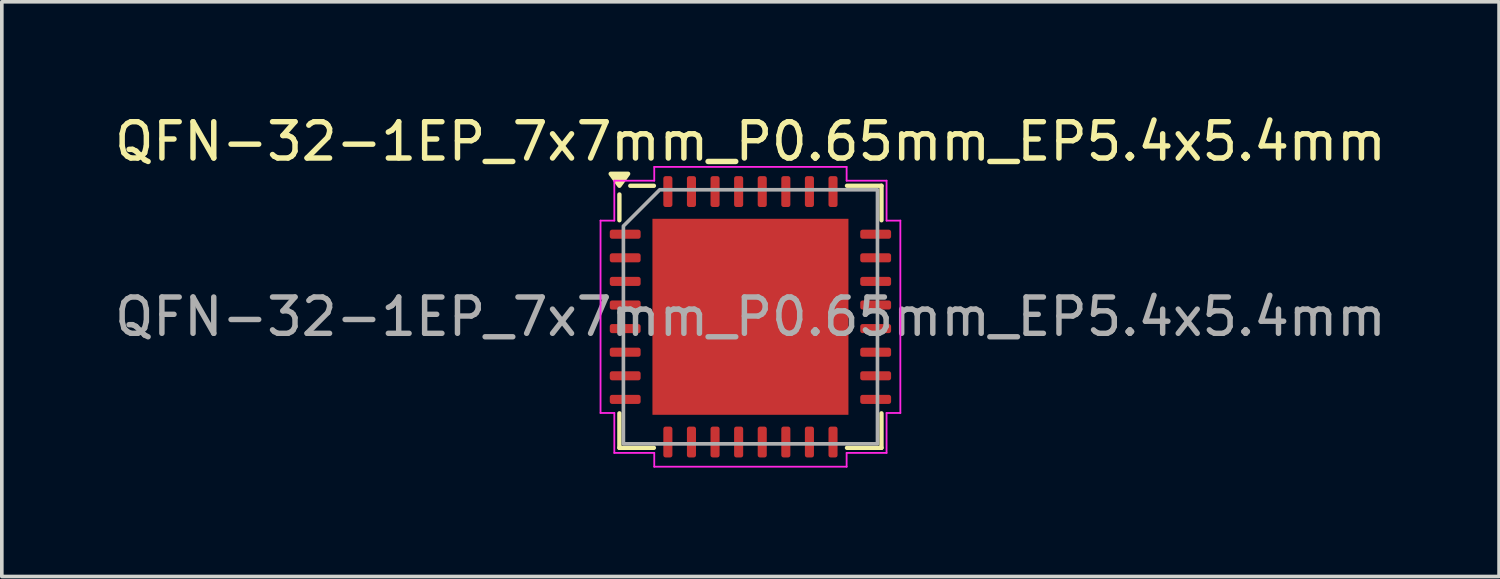
<source format=kicad_pcb>
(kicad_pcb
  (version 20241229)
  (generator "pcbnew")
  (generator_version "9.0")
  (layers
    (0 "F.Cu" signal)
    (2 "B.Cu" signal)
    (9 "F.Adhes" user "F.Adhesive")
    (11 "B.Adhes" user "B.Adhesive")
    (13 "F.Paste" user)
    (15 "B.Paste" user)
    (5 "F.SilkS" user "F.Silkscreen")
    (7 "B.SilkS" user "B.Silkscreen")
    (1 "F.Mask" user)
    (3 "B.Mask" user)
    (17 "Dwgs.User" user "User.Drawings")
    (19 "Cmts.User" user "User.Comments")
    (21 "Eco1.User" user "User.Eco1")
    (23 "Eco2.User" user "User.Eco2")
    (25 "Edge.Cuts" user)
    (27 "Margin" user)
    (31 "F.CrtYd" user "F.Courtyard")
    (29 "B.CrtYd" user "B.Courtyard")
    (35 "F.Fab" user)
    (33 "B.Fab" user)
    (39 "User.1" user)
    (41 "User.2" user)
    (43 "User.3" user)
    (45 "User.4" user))
  (footprint "QFN-32-1EP_7x7mm_P0.65mm_EP5.4x5.4mm"
    (layer "F.Cu")
    (at 17.625 5.678)
    (property "Reference" "QFN-32-1EP_7x7mm_P0.65mm_EP5.4x5.4mm" (at 0 -4.83 0) (layer "F.SilkS") (effects (font (size 1 1) (thickness 0.15))))
    (attr smd)
    (fp_line (start -3.61 -2.66) (end -3.61 -3.37) (stroke (width 0.12) (type solid)) (layer "F.SilkS"))
    (fp_line (start -3.61 3.61) (end -3.61 2.66) (stroke (width 0.12) (type solid)) (layer "F.SilkS"))
    (fp_line (start -2.66 -3.61) (end -3.31 -3.61) (stroke (width 0.12) (type solid)) (layer "F.SilkS"))
    (fp_line (start -2.66 3.61) (end -3.61 3.61) (stroke (width 0.12) (type solid)) (layer "F.SilkS"))
    (fp_line (start 2.66 -3.61) (end 3.61 -3.61) (stroke (width 0.12) (type solid)) (layer "F.SilkS"))
    (fp_line (start 2.66 3.61) (end 3.61 3.61) (stroke (width 0.12) (type solid)) (layer "F.SilkS"))
    (fp_line (start 3.61 -3.61) (end 3.61 -2.66) (stroke (width 0.12) (type solid)) (layer "F.SilkS"))
    (fp_line (start 3.61 3.61) (end 3.61 2.66) (stroke (width 0.12) (type solid)) (layer "F.SilkS"))
    (fp_poly (pts (xy -3.61 -3.61) (xy -3.85 -3.94) (xy -3.37 -3.94)) (stroke (width 0.12) (type solid)) (fill yes) (layer "F.SilkS"))
    (fp_line (start -4.13 -2.65) (end -3.75 -2.65) (stroke (width 0.05) (type solid)) (layer "F.CrtYd"))
    (fp_line (start -4.13 2.65) (end -4.13 -2.65) (stroke (width 0.05) (type solid)) (layer "F.CrtYd"))
    (fp_line (start -3.75 -3.75) (end -2.65 -3.75) (stroke (width 0.05) (type solid)) (layer "F.CrtYd"))
    (fp_line (start -3.75 -2.65) (end -3.75 -3.75) (stroke (width 0.05) (type solid)) (layer "F.CrtYd"))
    (fp_line (start -3.75 2.65) (end -4.13 2.65) (stroke (width 0.05) (type solid)) (layer "F.CrtYd"))
    (fp_line (start -3.75 3.75) (end -3.75 2.65) (stroke (width 0.05) (type solid)) (layer "F.CrtYd"))
    (fp_line (start -2.65 -4.13) (end 2.65 -4.13) (stroke (width 0.05) (type solid)) (layer "F.CrtYd"))
    (fp_line (start -2.65 -3.75) (end -2.65 -4.13) (stroke (width 0.05) (type solid)) (layer "F.CrtYd"))
    (fp_line (start -2.65 3.75) (end -3.75 3.75) (stroke (width 0.05) (type solid)) (layer "F.CrtYd"))
    (fp_line (start -2.65 4.13) (end -2.65 3.75) (stroke (width 0.05) (type solid)) (layer "F.CrtYd"))
    (fp_line (start 2.65 -4.13) (end 2.65 -3.75) (stroke (width 0.05) (type solid)) (layer "F.CrtYd"))
    (fp_line (start 2.65 -3.75) (end 3.75 -3.75) (stroke (width 0.05) (type solid)) (layer "F.CrtYd"))
    (fp_line (start 2.65 3.75) (end 2.65 4.13) (stroke (width 0.05) (type solid)) (layer "F.CrtYd"))
    (fp_line (start 2.65 4.13) (end -2.65 4.13) (stroke (width 0.05) (type solid)) (layer "F.CrtYd"))
    (fp_line (start 3.75 -3.75) (end 3.75 -2.65) (stroke (width 0.05) (type solid)) (layer "F.CrtYd"))
    (fp_line (start 3.75 -2.65) (end 4.13 -2.65) (stroke (width 0.05) (type solid)) (layer "F.CrtYd"))
    (fp_line (start 3.75 2.65) (end 3.75 3.75) (stroke (width 0.05) (type solid)) (layer "F.CrtYd"))
    (fp_line (start 3.75 3.75) (end 2.65 3.75) (stroke (width 0.05) (type solid)) (layer "F.CrtYd"))
    (fp_line (start 4.13 -2.65) (end 4.13 2.65) (stroke (width 0.05) (type solid)) (layer "F.CrtYd"))
    (fp_line (start 4.13 2.65) (end 3.75 2.65) (stroke (width 0.05) (type solid)) (layer "F.CrtYd"))
    (fp_poly (pts (xy -3.5 -2.5) (xy -3.5 3.5) (xy 3.5 3.5) (xy 3.5 -3.5) (xy -2.5 -3.5)) (stroke (width 0.1) (type solid)) (fill no) (layer "F.Fab"))
    (fp_text user "${REFERENCE}" (at 0 0 0) (layer "F.Fab") (effects (font (size 1 1) (thickness 0.15))))
    (pad "" smd roundrect (at -2.025 -2.025) (size 1.09 1.09) (layers "F.Paste") (roundrect_rratio 0.229))
    (pad "" smd roundrect (at -2.025 -0.675) (size 1.09 1.09) (layers "F.Paste") (roundrect_rratio 0.229))
    (pad "" smd roundrect (at -2.025 0.675) (size 1.09 1.09) (layers "F.Paste") (roundrect_rratio 0.229))
    (pad "" smd roundrect (at -2.025 2.025) (size 1.09 1.09) (layers "F.Paste") (roundrect_rratio 0.229))
    (pad "" smd roundrect (at -0.675 -2.025) (size 1.09 1.09) (layers "F.Paste") (roundrect_rratio 0.229))
    (pad "" smd roundrect (at -0.675 -0.675) (size 1.09 1.09) (layers "F.Paste") (roundrect_rratio 0.229))
    (pad "" smd roundrect (at -0.675 0.675) (size 1.09 1.09) (layers "F.Paste") (roundrect_rratio 0.229))
    (pad "" smd roundrect (at -0.675 2.025) (size 1.09 1.09) (layers "F.Paste") (roundrect_rratio 0.229))
    (pad "" smd roundrect (at 0.675 -2.025) (size 1.09 1.09) (layers "F.Paste") (roundrect_rratio 0.229))
    (pad "" smd roundrect (at 0.675 -0.675) (size 1.09 1.09) (layers "F.Paste") (roundrect_rratio 0.229))
    (pad "" smd roundrect (at 0.675 0.675) (size 1.09 1.09) (layers "F.Paste") (roundrect_rratio 0.229))
    (pad "" smd roundrect (at 0.675 2.025) (size 1.09 1.09) (layers "F.Paste") (roundrect_rratio 0.229))
    (pad "" smd roundrect (at 2.025 -2.025) (size 1.09 1.09) (layers "F.Paste") (roundrect_rratio 0.229))
    (pad "" smd roundrect (at 2.025 -0.675) (size 1.09 1.09) (layers "F.Paste") (roundrect_rratio 0.229))
    (pad "" smd roundrect (at 2.025 0.675) (size 1.09 1.09) (layers "F.Paste") (roundrect_rratio 0.229))
    (pad "" smd roundrect (at 2.025 2.025) (size 1.09 1.09) (layers "F.Paste") (roundrect_rratio 0.229))
    (pad "1" smd roundrect (at -3.45 -2.275) (size 0.85 0.25) (layers "F.Cu" "F.Mask" "F.Paste") (roundrect_rratio 0.25))
    (pad "2" smd roundrect (at -3.45 -1.625) (size 0.85 0.25) (layers "F.Cu" "F.Mask" "F.Paste") (roundrect_rratio 0.25))
    (pad "3" smd roundrect (at -3.45 -0.975) (size 0.85 0.25) (layers "F.Cu" "F.Mask" "F.Paste") (roundrect_rratio 0.25))
    (pad "4" smd roundrect (at -3.45 -0.325) (size 0.85 0.25) (layers "F.Cu" "F.Mask" "F.Paste") (roundrect_rratio 0.25))
    (pad "5" smd roundrect (at -3.45 0.325) (size 0.85 0.25) (layers "F.Cu" "F.Mask" "F.Paste") (roundrect_rratio 0.25))
    (pad "6" smd roundrect (at -3.45 0.975) (size 0.85 0.25) (layers "F.Cu" "F.Mask" "F.Paste") (roundrect_rratio 0.25))
    (pad "7" smd roundrect (at -3.45 1.625) (size 0.85 0.25) (layers "F.Cu" "F.Mask" "F.Paste") (roundrect_rratio 0.25))
    (pad "8" smd roundrect (at -3.45 2.275) (size 0.85 0.25) (layers "F.Cu" "F.Mask" "F.Paste") (roundrect_rratio 0.25))
    (pad "9" smd roundrect (at -2.275 3.45) (size 0.25 0.85) (layers "F.Cu" "F.Mask" "F.Paste") (roundrect_rratio 0.25))
    (pad "10" smd roundrect (at -1.625 3.45) (size 0.25 0.85) (layers "F.Cu" "F.Mask" "F.Paste") (roundrect_rratio 0.25))
    (pad "11" smd roundrect (at -0.975 3.45) (size 0.25 0.85) (layers "F.Cu" "F.Mask" "F.Paste") (roundrect_rratio 0.25))
    (pad "12" smd roundrect (at -0.325 3.45) (size 0.25 0.85) (layers "F.Cu" "F.Mask" "F.Paste") (roundrect_rratio 0.25))
    (pad "13" smd roundrect (at 0.325 3.45) (size 0.25 0.85) (layers "F.Cu" "F.Mask" "F.Paste") (roundrect_rratio 0.25))
    (pad "14" smd roundrect (at 0.975 3.45) (size 0.25 0.85) (layers "F.Cu" "F.Mask" "F.Paste") (roundrect_rratio 0.25))
    (pad "15" smd roundrect (at 1.625 3.45) (size 0.25 0.85) (layers "F.Cu" "F.Mask" "F.Paste") (roundrect_rratio 0.25))
    (pad "16" smd roundrect (at 2.275 3.45) (size 0.25 0.85) (layers "F.Cu" "F.Mask" "F.Paste") (roundrect_rratio 0.25))
    (pad "17" smd roundrect (at 3.45 2.275) (size 0.85 0.25) (layers "F.Cu" "F.Mask" "F.Paste") (roundrect_rratio 0.25))
    (pad "18" smd roundrect (at 3.45 1.625) (size 0.85 0.25) (layers "F.Cu" "F.Mask" "F.Paste") (roundrect_rratio 0.25))
    (pad "19" smd roundrect (at 3.45 0.975) (size 0.85 0.25) (layers "F.Cu" "F.Mask" "F.Paste") (roundrect_rratio 0.25))
    (pad "20" smd roundrect (at 3.45 0.325) (size 0.85 0.25) (layers "F.Cu" "F.Mask" "F.Paste") (roundrect_rratio 0.25))
    (pad "21" smd roundrect (at 3.45 -0.325) (size 0.85 0.25) (layers "F.Cu" "F.Mask" "F.Paste") (roundrect_rratio 0.25))
    (pad "22" smd roundrect (at 3.45 -0.975) (size 0.85 0.25) (layers "F.Cu" "F.Mask" "F.Paste") (roundrect_rratio 0.25))
    (pad "23" smd roundrect (at 3.45 -1.625) (size 0.85 0.25) (layers "F.Cu" "F.Mask" "F.Paste") (roundrect_rratio 0.25))
    (pad "24" smd roundrect (at 3.45 -2.275) (size 0.85 0.25) (layers "F.Cu" "F.Mask" "F.Paste") (roundrect_rratio 0.25))
    (pad "25" smd roundrect (at 2.275 -3.45) (size 0.25 0.85) (layers "F.Cu" "F.Mask" "F.Paste") (roundrect_rratio 0.25))
    (pad "26" smd roundrect (at 1.625 -3.45) (size 0.25 0.85) (layers "F.Cu" "F.Mask" "F.Paste") (roundrect_rratio 0.25))
    (pad "27" smd roundrect (at 0.975 -3.45) (size 0.25 0.85) (layers "F.Cu" "F.Mask" "F.Paste") (roundrect_rratio 0.25))
    (pad "28" smd roundrect (at 0.325 -3.45) (size 0.25 0.85) (layers "F.Cu" "F.Mask" "F.Paste") (roundrect_rratio 0.25))
    (pad "29" smd roundrect (at -0.325 -3.45) (size 0.25 0.85) (layers "F.Cu" "F.Mask" "F.Paste") (roundrect_rratio 0.25))
    (pad "30" smd roundrect (at -0.975 -3.45) (size 0.25 0.85) (layers "F.Cu" "F.Mask" "F.Paste") (roundrect_rratio 0.25))
    (pad "31" smd roundrect (at -1.625 -3.45) (size 0.25 0.85) (layers "F.Cu" "F.Mask" "F.Paste") (roundrect_rratio 0.25))
    (pad "32" smd roundrect (at -2.275 -3.45) (size 0.25 0.85) (layers "F.Cu" "F.Mask" "F.Paste") (roundrect_rratio 0.25))
    (pad "33" smd rect (at 0 0) (size 5.4 5.4) (property pad_prop_heatsink) (layers "F.Cu" "F.Mask")))
  (gr_rect
    (start -3 -3)
    (end 38.25 12.833)
    (stroke (width 0.1) (type default))
    (fill no)
    (layer "Edge.Cuts")))
</source>
